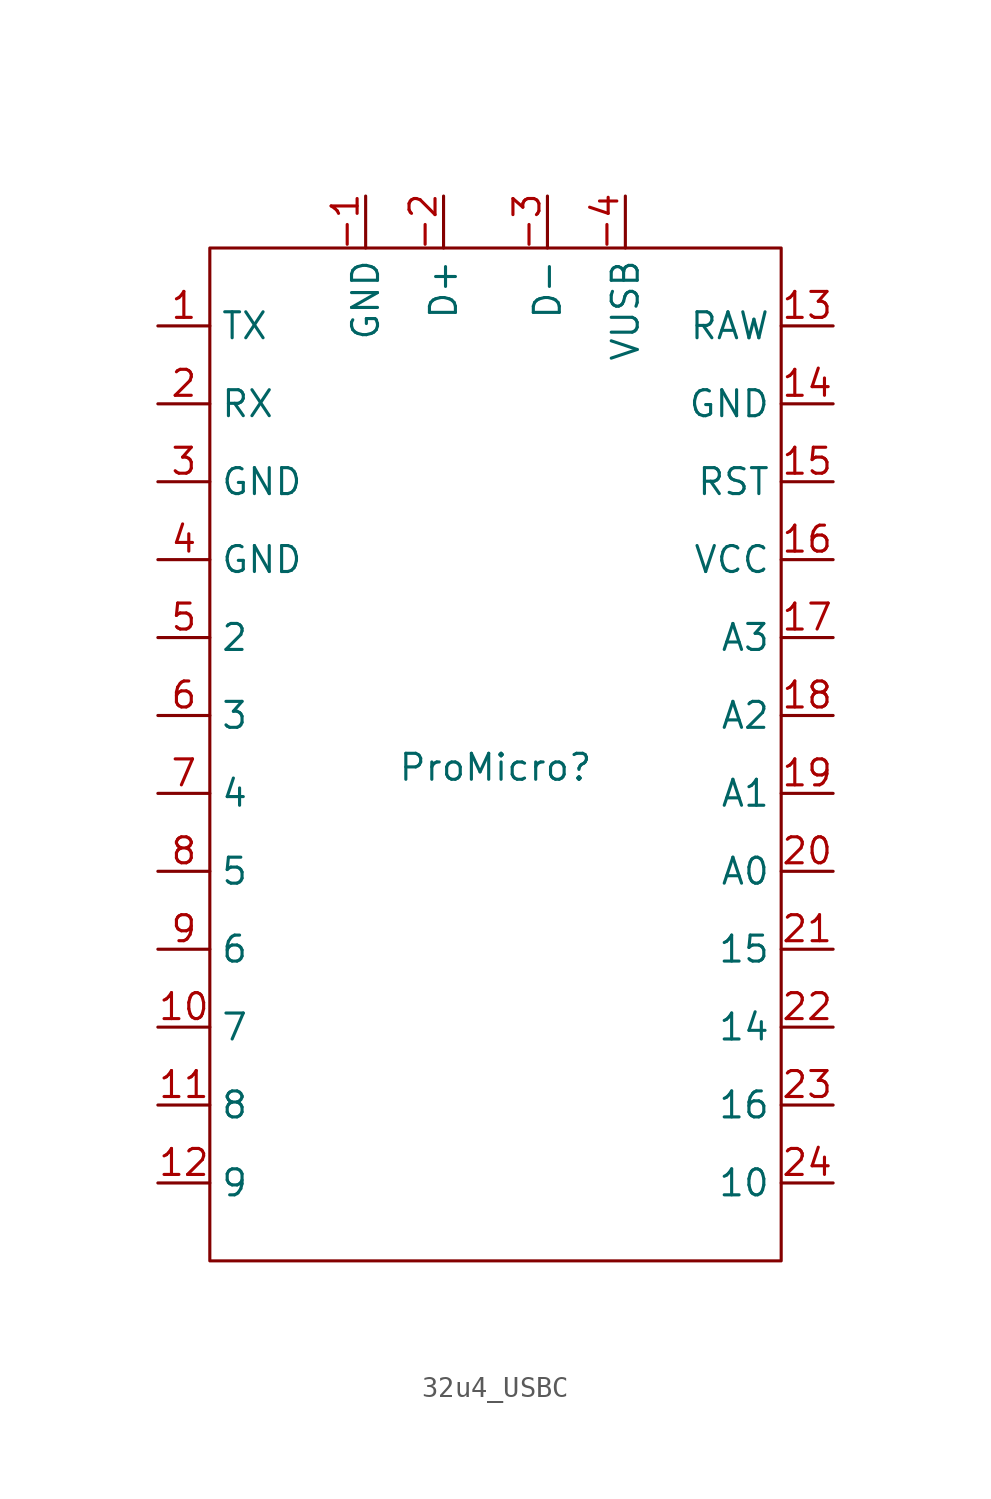
<source format=kicad_sym>
(kicad_symbol_lib
  (version 20231120)
  (generator "kicad_symbol_editor")
  (generator_version "8.0")
  (symbol "32u4_USBC"
    (property "Reference" "ProMicro"
      (at 0 0 0)
      (effects (font (size 1.27 1.27))))
    (property "Value" ""
      (at 0 0 0)
      (effects (font (size 1.27 1.27))))
    (symbol "32u4_USBC_0_1"
      (rectangle (start -13.97 25.4) (end 13.97 -24.13) (stroke (width 0) (type default)) (fill (type none))))
    (symbol "32u4_USBC_1_1"
      (pin output line (at -6.35 27.94 270) (length 2.54) (name "GND" (effects (font (size 1.27 1.27)))) (number "-1" (effects (font (size 1.27 1.27)))))
      (pin output line (at -2.54 27.94 270) (length 2.54) (name "D+" (effects (font (size 1.27 1.27)))) (number "-2" (effects (font (size 1.27 1.27)))))
      (pin output line (at 2.54 27.94 270) (length 2.54) (name "D-" (effects (font (size 1.27 1.27)))) (number "-3" (effects (font (size 1.27 1.27)))))
      (pin output line (at 6.35 27.94 270) (length 2.54) (name "VUSB" (effects (font (size 1.27 1.27)))) (number "-4" (effects (font (size 1.27 1.27)))))
      (pin output line (at -16.51 21.59 0) (length 2.54) (name "TX" (effects (font (size 1.27 1.27)))) (number "1" (effects (font (size 1.27 1.27)))))
      (pin bidirectional line (at -16.51 -12.7 0) (length 2.54) (name "7" (effects (font (size 1.27 1.27)))) (number "10" (effects (font (size 1.27 1.27)))))
      (pin bidirectional line (at -16.51 -16.51 0) (length 2.54) (name "8" (effects (font (size 1.27 1.27)))) (number "11" (effects (font (size 1.27 1.27)))))
      (pin bidirectional line (at -16.51 -20.32 0) (length 2.54) (name "9" (effects (font (size 1.27 1.27)))) (number "12" (effects (font (size 1.27 1.27)))))
      (pin power_out line (at 16.51 21.59 180) (length 2.54) (name "RAW" (effects (font (size 1.27 1.27)))) (number "13" (effects (font (size 1.27 1.27)))))
      (pin power_in line (at 16.51 17.78 180) (length 2.54) (name "GND" (effects (font (size 1.27 1.27)))) (number "14" (effects (font (size 1.27 1.27)))))
      (pin input line (at 16.51 13.97 180) (length 2.54) (name "RST" (effects (font (size 1.27 1.27)))) (number "15" (effects (font (size 1.27 1.27)))))
      (pin power_out line (at 16.51 10.16 180) (length 2.54) (name "VCC" (effects (font (size 1.27 1.27)))) (number "16" (effects (font (size 1.27 1.27)))))
      (pin bidirectional line (at 16.51 6.35 180) (length 2.54) (name "A3" (effects (font (size 1.27 1.27)))) (number "17" (effects (font (size 1.27 1.27)))))
      (pin bidirectional line (at 16.51 2.54 180) (length 2.54) (name "A2" (effects (font (size 1.27 1.27)))) (number "18" (effects (font (size 1.27 1.27)))))
      (pin bidirectional line (at 16.51 -1.27 180) (length 2.54) (name "A1" (effects (font (size 1.27 1.27)))) (number "19" (effects (font (size 1.27 1.27)))))
      (pin input line (at -16.51 17.78 0) (length 2.54) (name "RX" (effects (font (size 1.27 1.27)))) (number "2" (effects (font (size 1.27 1.27)))))
      (pin bidirectional line (at 16.51 -5.08 180) (length 2.54) (name "A0" (effects (font (size 1.27 1.27)))) (number "20" (effects (font (size 1.27 1.27)))))
      (pin bidirectional line (at 16.51 -8.89 180) (length 2.54) (name "15" (effects (font (size 1.27 1.27)))) (number "21" (effects (font (size 1.27 1.27)))))
      (pin bidirectional line (at 16.51 -12.7 180) (length 2.54) (name "14" (effects (font (size 1.27 1.27)))) (number "22" (effects (font (size 1.27 1.27)))))
      (pin bidirectional line (at 16.51 -16.51 180) (length 2.54) (name "16" (effects (font (size 1.27 1.27)))) (number "23" (effects (font (size 1.27 1.27)))))
      (pin bidirectional line (at 16.51 -20.32 180) (length 2.54) (name "10" (effects (font (size 1.27 1.27)))) (number "24" (effects (font (size 1.27 1.27)))))
      (pin power_in line (at -16.51 13.97 0) (length 2.54) (name "GND" (effects (font (size 1.27 1.27)))) (number "3" (effects (font (size 1.27 1.27)))))
      (pin power_in line (at -16.51 10.16 0) (length 2.54) (name "GND" (effects (font (size 1.27 1.27)))) (number "4" (effects (font (size 1.27 1.27)))))
      (pin bidirectional line (at -16.51 6.35 0) (length 2.54) (name "2" (effects (font (size 1.27 1.27)))) (number "5" (effects (font (size 1.27 1.27)))))
      (pin bidirectional line (at -16.51 2.54 0) (length 2.54) (name "3" (effects (font (size 1.27 1.27)))) (number "6" (effects (font (size 1.27 1.27)))))
      (pin bidirectional line (at -16.51 -1.27 0) (length 2.54) (name "4" (effects (font (size 1.27 1.27)))) (number "7" (effects (font (size 1.27 1.27)))))
      (pin bidirectional line (at -16.51 -5.08 0) (length 2.54) (name "5" (effects (font (size 1.27 1.27)))) (number "8" (effects (font (size 1.27 1.27)))))
      (pin bidirectional line (at -16.51 -8.89 0) (length 2.54) (name "6" (effects (font (size 1.27 1.27)))) (number "9" (effects (font (size 1.27 1.27))))))))
</source>
